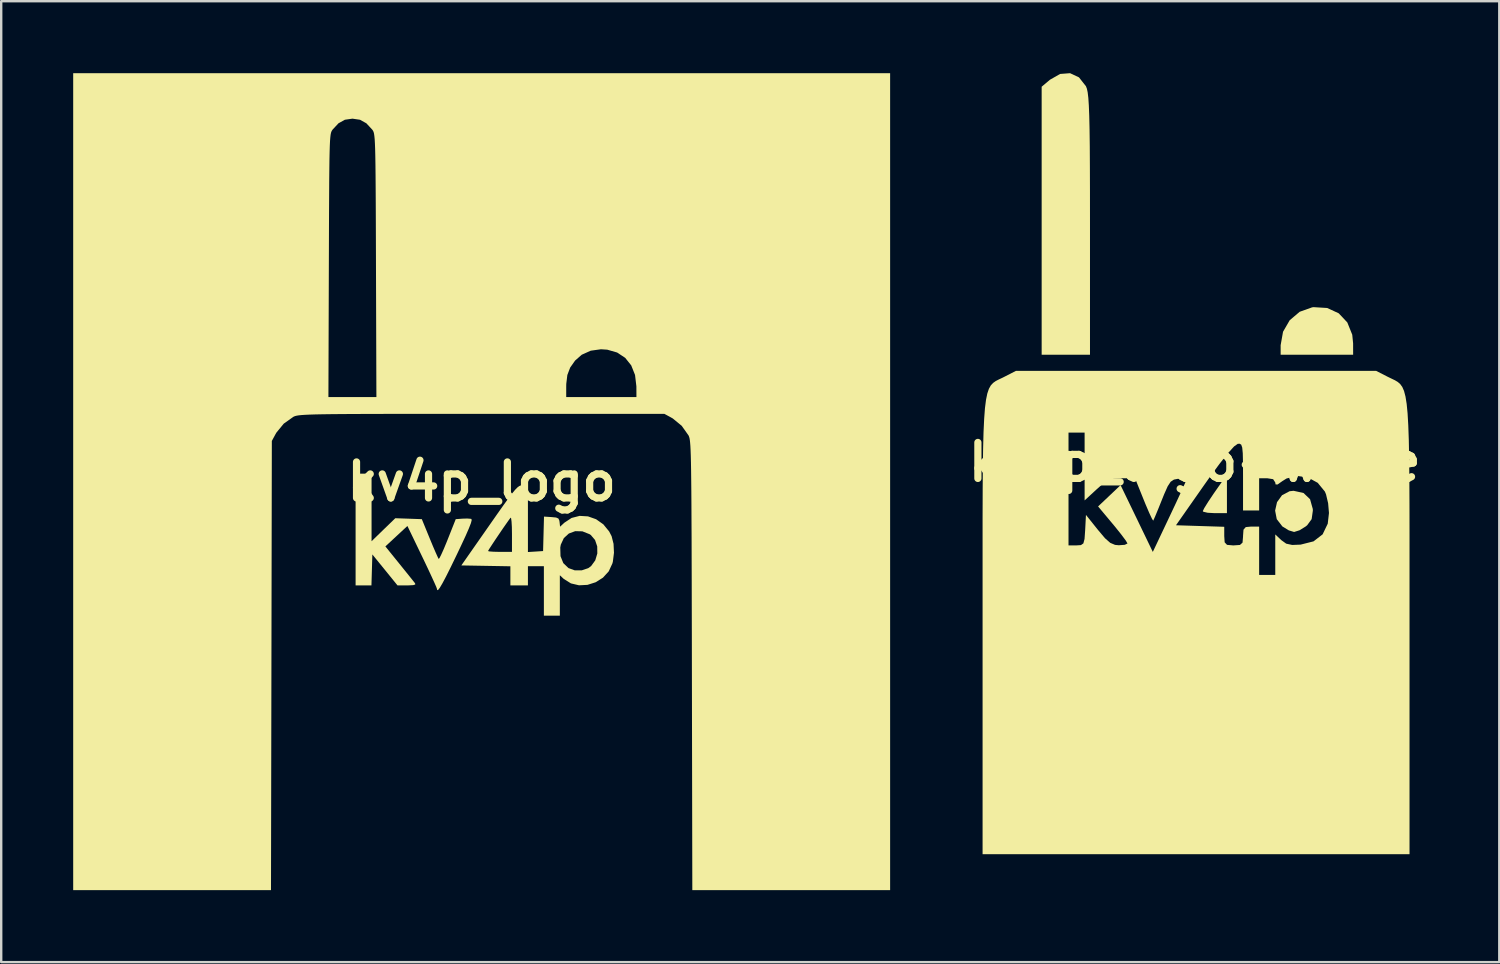
<source format=kicad_pcb>
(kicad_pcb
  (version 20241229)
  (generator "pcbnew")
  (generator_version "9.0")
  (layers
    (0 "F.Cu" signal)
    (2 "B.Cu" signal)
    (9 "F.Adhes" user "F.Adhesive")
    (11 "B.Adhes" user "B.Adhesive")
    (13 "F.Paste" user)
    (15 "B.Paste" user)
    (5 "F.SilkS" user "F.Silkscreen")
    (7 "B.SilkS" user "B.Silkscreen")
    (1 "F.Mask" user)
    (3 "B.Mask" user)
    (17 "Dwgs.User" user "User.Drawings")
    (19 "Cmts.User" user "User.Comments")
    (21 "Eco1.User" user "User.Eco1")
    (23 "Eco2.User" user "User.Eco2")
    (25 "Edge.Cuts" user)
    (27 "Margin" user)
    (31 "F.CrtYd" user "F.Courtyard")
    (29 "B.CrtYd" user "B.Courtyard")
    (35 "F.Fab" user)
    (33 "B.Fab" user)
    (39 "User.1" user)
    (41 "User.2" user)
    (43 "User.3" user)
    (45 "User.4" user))
  (footprint "kv4p_logo"
    (layer "F.Cu")
    (at 17.022 17.022)
    (property "Reference" "kv4p_logo" (at 0 0 0) (layer "F.SilkS") (effects (font (size 1.5 1.5) (thickness 0.3))))
    (attr board_only exclude_from_pos_files exclude_from_bom)
    (fp_poly (pts (xy -4.588 1.075) (xy -4.588 2.483) (xy -4.094 2.003) (xy -3.599 1.524) (xy -3.046 1.543) (xy -2.493 1.563) (xy -2.161 2.374) (xy -2.035 2.678) (xy -1.924 2.936) (xy -1.84 3.123) (xy -1.794 3.216) (xy -1.79 3.221) (xy -1.753 3.177) (xy -1.679 3.029) (xy -1.576 2.8) (xy -1.456 2.51) (xy -1.416 2.41) (xy -1.08 1.563) (xy -0.798 1.542) (xy -0.601 1.536) (xy -0.454 1.548) (xy -0.428 1.555) (xy -0.415 1.604) (xy -0.448 1.73) (xy -0.53 1.942) (xy -0.664 2.249) (xy -0.854 2.658) (xy -1.035 3.039) (xy -1.283 3.551) (xy -1.482 3.949) (xy -1.635 4.237) (xy -1.745 4.424) (xy -1.817 4.516) (xy -1.854 4.518) (xy -1.862 4.469) (xy -1.889 4.393) (xy -1.967 4.215) (xy -2.086 3.955) (xy -2.237 3.631) (xy -2.413 3.261) (xy -2.478 3.126) (xy -3.094 1.847) (xy -3.553 2.273) (xy -4.012 2.699) (xy -3.423 3.428) (xy -3.206 3.697) (xy -3.015 3.934) (xy -2.869 4.117) (xy -2.784 4.224) (xy -2.773 4.239) (xy -2.767 4.286) (xy -2.851 4.312) (xy -3.044 4.322) (xy -3.109 4.322) (xy -3.508 4.322) (xy -4.031 3.677) (xy -4.555 3.033) (xy -4.574 3.677) (xy -4.593 4.322) (xy -4.923 4.322) (xy -5.253 4.322) (xy -5.253 1.995) (xy -5.253 -0.332) (xy -4.92 -0.332) (xy -4.588 -0.332)) (stroke (width 0) (type solid)) (fill yes) (layer "F.SilkS"))
    (fp_poly (pts (xy 1.928 1.529) (xy 1.928 2.933) (xy 2.244 2.913) (xy 2.56 2.892) (xy 2.564 2.744) (xy 3.276 2.744) (xy 3.286 3.106) (xy 3.403 3.395) (xy 3.619 3.602) (xy 3.88 3.696) (xy 4.171 3.696) (xy 4.441 3.605) (xy 4.56 3.519) (xy 4.735 3.278) (xy 4.82 2.993) (xy 4.816 2.699) (xy 4.725 2.431) (xy 4.549 2.224) (xy 4.501 2.191) (xy 4.197 2.07) (xy 3.899 2.063) (xy 3.634 2.161) (xy 3.425 2.352) (xy 3.298 2.625) (xy 3.276 2.744) (xy 2.564 2.744) (xy 2.579 2.174) (xy 2.598 1.456) (xy 2.911 1.476) (xy 3.103 1.495) (xy 3.199 1.537) (xy 3.238 1.625) (xy 3.247 1.686) (xy 3.268 1.877) (xy 3.446 1.711) (xy 3.748 1.512) (xy 4.084 1.426) (xy 4.432 1.447) (xy 4.769 1.566) (xy 5.071 1.779) (xy 5.315 2.078) (xy 5.416 2.275) (xy 5.496 2.59) (xy 5.514 2.963) (xy 5.468 3.333) (xy 5.449 3.406) (xy 5.296 3.737) (xy 5.055 4.001) (xy 4.751 4.192) (xy 4.41 4.301) (xy 4.058 4.319) (xy 3.72 4.24) (xy 3.423 4.054) (xy 3.408 4.04) (xy 3.258 3.9) (xy 3.258 4.743) (xy 3.258 5.585) (xy 2.926 5.585) (xy 2.593 5.585) (xy 2.593 4.555) (xy 2.593 3.524) (xy 2.261 3.524) (xy 1.928 3.524) (xy 1.928 3.923) (xy 1.928 4.322) (xy 1.563 4.322) (xy 1.197 4.322) (xy 1.197 3.925) (xy 1.197 3.527) (xy 0.175 3.509) (xy -0.847 3.491) (xy -0.429 2.892) (xy 0.266 2.892) (xy 0.327 2.908) (xy 0.489 2.92) (xy 0.718 2.926) (xy 0.765 2.926) (xy 1.263 2.926) (xy 1.263 2.181) (xy 1.259 1.892) (xy 1.246 1.667) (xy 1.228 1.529) (xy 1.208 1.499) (xy 1.141 1.588) (xy 1.024 1.753) (xy 0.875 1.967) (xy 0.712 2.207) (xy 0.552 2.444) (xy 0.413 2.655) (xy 0.312 2.811) (xy 0.267 2.889) (xy 0.266 2.892) (xy -0.429 2.892) (xy 0.314 1.829) (xy 0.643 1.358) (xy 0.906 0.985) (xy 1.113 0.699) (xy 1.272 0.487) (xy 1.395 0.339) (xy 1.489 0.242) (xy 1.565 0.185) (xy 1.632 0.157) (xy 1.699 0.146) (xy 1.701 0.146) (xy 1.928 0.125)) (stroke (width 0) (type solid)) (fill yes) (layer "F.SilkS"))
    (fp_poly (pts (xy 17.022 0) (xy 17.022 17.022) (xy 12.9 17.022) (xy 8.779 17.022) (xy 8.761 7.663) (xy 8.759 6.36) (xy 8.756 5.184) (xy 8.754 4.127) (xy 8.751 3.183) (xy 8.749 2.346) (xy 8.745 1.609) (xy 8.742 0.965) (xy 8.738 0.407) (xy 8.733 -0.07) (xy 8.728 -0.474) (xy 8.722 -0.812) (xy 8.715 -1.089) (xy 8.707 -1.313) (xy 8.698 -1.49) (xy 8.687 -1.626) (xy 8.676 -1.729) (xy 8.663 -1.806) (xy 8.648 -1.861) (xy 8.632 -1.903) (xy 8.62 -1.928) (xy 8.336 -2.328) (xy 7.965 -2.633) (xy 7.879 -2.682) (xy 7.613 -2.826) (xy 0 -2.826) (xy -1.169 -2.826) (xy -2.213 -2.826) (xy -3.138 -2.825) (xy -3.952 -2.824) (xy -4.663 -2.822) (xy -5.278 -2.82) (xy -5.805 -2.817) (xy -6.25 -2.813) (xy -6.621 -2.808) (xy -6.925 -2.802) (xy -7.171 -2.794) (xy -7.365 -2.785) (xy -7.514 -2.775) (xy -7.627 -2.763) (xy -7.71 -2.749) (xy -7.771 -2.734) (xy -7.817 -2.716) (xy -7.846 -2.702) (xy -8.246 -2.418) (xy -8.551 -2.047) (xy -8.6 -1.962) (xy -8.744 -1.696) (xy -8.761 7.663) (xy -8.779 17.022) (xy -12.9 17.022) (xy -17.022 17.022) (xy -17.022 0) (xy -17.022 -3.524) (xy -6.386 -3.524) (xy -5.386 -3.524) (xy -4.386 -3.524) (xy -4.388 -3.958) (xy 3.524 -3.958) (xy 3.524 -3.524) (xy 4.987 -3.524) (xy 6.45 -3.524) (xy 6.448 -3.973) (xy 6.392 -4.446) (xy 6.233 -4.845) (xy 5.981 -5.16) (xy 5.645 -5.382) (xy 5.234 -5.5) (xy 4.972 -5.517) (xy 4.546 -5.458) (xy 4.172 -5.29) (xy 3.894 -5.046) (xy 3.688 -4.753) (xy 3.571 -4.445) (xy 3.526 -4.074) (xy 3.524 -3.958) (xy -4.388 -3.958) (xy -4.404 -9.005) (xy -4.407 -9.986) (xy -4.41 -10.842) (xy -4.413 -11.583) (xy -4.417 -12.218) (xy -4.421 -12.754) (xy -4.426 -13.201) (xy -4.432 -13.568) (xy -4.439 -13.862) (xy -4.448 -14.094) (xy -4.458 -14.272) (xy -4.471 -14.404) (xy -4.485 -14.499) (xy -4.502 -14.566) (xy -4.522 -14.613) (xy -4.545 -14.65) (xy -4.559 -14.669) (xy -4.804 -14.933) (xy -5.069 -15.081) (xy -5.383 -15.127) (xy -5.386 -15.127) (xy -5.7 -15.082) (xy -5.965 -14.935) (xy -6.211 -14.672) (xy -6.213 -14.669) (xy -6.237 -14.634) (xy -6.259 -14.593) (xy -6.278 -14.538) (xy -6.294 -14.459) (xy -6.307 -14.348) (xy -6.319 -14.196) (xy -6.328 -13.995) (xy -6.336 -13.735) (xy -6.343 -13.409) (xy -6.348 -13.006) (xy -6.353 -12.519) (xy -6.356 -11.939) (xy -6.36 -11.257) (xy -6.363 -10.464) (xy -6.366 -9.551) (xy -6.368 -9.005) (xy -6.386 -3.524) (xy -17.022 -3.524) (xy -17.022 -17.022) (xy 0 -17.022) (xy 17.022 -17.022)) (stroke (width 0) (type solid)) (fill yes) (layer "F.SilkS")))
  (footprint "kv4p_logo-white"
    (layer "F.Cu")
    (at 46.737 16.209)
    (property "Reference" "kv4p_logo-white" (at 0 0 0) (layer "F.SilkS") (effects (font (size 1.5 1.5) (thickness 0.3))))
    (attr board_only exclude_from_pos_files exclude_from_bom)
    (fp_poly (pts (xy 1.343 1.323) (xy 1.343 2.126) (xy 0.839 2.126) (xy 0.539 2.109) (xy 0.36 2.067) (xy 0.337 2.042) (xy 0.397 1.917) (xy 0.557 1.659) (xy 0.783 1.321) (xy 0.84 1.239) (xy 1.343 0.52)) (stroke (width 0) (type solid)) (fill yes) (layer "F.SilkS"))
    (fp_poly (pts (xy 5.523 -6.424) (xy 6.002 -6.202) (xy 6.36 -5.821) (xy 6.565 -5.311) (xy 6.601 -4.951) (xy 6.602 -4.476) (xy 5.091 -4.476) (xy 3.581 -4.476) (xy 3.581 -4.873) (xy 3.681 -5.434) (xy 3.958 -5.913) (xy 4.374 -6.266) (xy 4.892 -6.451) (xy 4.954 -6.459)) (stroke (width 0) (type solid)) (fill yes) (layer "F.SilkS"))
    (fp_poly (pts (xy 4.534 1.285) (xy 4.807 1.545) (xy 4.921 1.952) (xy 4.923 2.023) (xy 4.873 2.375) (xy 4.689 2.627) (xy 4.629 2.677) (xy 4.368 2.839) (xy 4.145 2.909) (xy 4.14 2.909) (xy 3.921 2.843) (xy 3.659 2.683) (xy 3.652 2.677) (xy 3.419 2.376) (xy 3.351 2.02) (xy 3.43 1.668) (xy 3.638 1.379) (xy 3.954 1.212) (xy 4.121 1.194)) (stroke (width 0) (type solid)) (fill yes) (layer "F.SilkS"))
    (fp_poly (pts (xy -4.823 -16.035) (xy -4.533 -15.667) (xy -4.493 -15.564) (xy -4.46 -15.408) (xy -4.433 -15.18) (xy -4.412 -14.861) (xy -4.395 -14.432) (xy -4.382 -13.875) (xy -4.373 -13.171) (xy -4.368 -12.301) (xy -4.365 -11.245) (xy -4.364 -9.986) (xy -4.364 -9.908) (xy -4.364 -4.476) (xy -5.371 -4.476) (xy -6.378 -4.476) (xy -6.378 -10.061) (xy -6.378 -15.645) (xy -6.034 -15.935) (xy -5.61 -16.177) (xy -5.194 -16.209)) (stroke (width 0) (type solid)) (fill yes) (layer "F.SilkS"))
    (fp_poly (pts (xy 8.052 -3.553) (xy 8.207 -3.478) (xy 8.344 -3.412) (xy 8.462 -3.342) (xy 8.564 -3.253) (xy 8.651 -3.132) (xy 8.724 -2.963) (xy 8.784 -2.733) (xy 8.833 -2.427) (xy 8.871 -2.032) (xy 8.9 -1.534) (xy 8.922 -0.917) (xy 8.936 -0.169) (xy 8.945 0.726) (xy 8.95 1.781) (xy 8.952 3.01) (xy 8.952 4.428) (xy 8.952 6.049) (xy 8.952 6.908) (xy 8.952 16.337) (xy 0.056 16.337) (xy -8.84 16.337) (xy -8.84 6.908) (xy -8.84 5.184) (xy -8.84 3.67) (xy -8.84 2.351) (xy -8.836 1.214) (xy -8.836 1.119) (xy -5.259 1.119) (xy -5.259 3.469) (xy -4.929 3.469) (xy -4.742 3.457) (xy -4.64 3.386) (xy -4.591 3.202) (xy -4.566 2.85) (xy -4.565 2.833) (xy -4.532 2.198) (xy -4.028 2.828) (xy -3.739 3.17) (xy -3.52 3.363) (xy -3.319 3.448) (xy -3.161 3.463) (xy -2.915 3.445) (xy -2.804 3.391) (xy -2.803 3.385) (xy -2.873 3.266) (xy -3.055 3.022) (xy -3.313 2.699) (xy -3.417 2.574) (xy -4.026 1.846) (xy -3.557 1.402) (xy -3.089 0.958) (xy -2.417 2.349) (xy -1.746 3.741) (xy -1.22 2.63) (xy -0.78 2.63) (xy 0.225 2.662) (xy 1.231 2.694) (xy 1.231 3.081) (xy 1.248 3.341) (xy 1.347 3.447) (xy 1.595 3.469) (xy 1.622 3.469) (xy 1.885 3.451) (xy 1.993 3.354) (xy 2.014 3.107) (xy 2.014 3.077) (xy 2.033 2.814) (xy 2.128 2.706) (xy 2.35 2.685) (xy 2.685 2.685) (xy 2.685 3.693) (xy 2.685 4.7) (xy 3.021 4.7) (xy 3.357 4.7) (xy 3.357 3.856) (xy 3.357 3.012) (xy 3.609 3.25) (xy 3.813 3.397) (xy 4.063 3.451) (xy 4.413 3.437) (xy 4.952 3.301) (xy 5.33 3.009) (xy 5.544 2.565) (xy 5.595 2.119) (xy 5.56 1.713) (xy 5.473 1.343) (xy 5.425 1.227) (xy 5.127 0.862) (xy 4.719 0.639) (xy 4.265 0.573) (xy 3.828 0.681) (xy 3.652 0.791) (xy 3.451 0.932) (xy 3.369 0.927) (xy 3.357 0.847) (xy 3.268 0.71) (xy 3.021 0.671) (xy 2.685 0.671) (xy 2.685 1.343) (xy 2.685 2.014) (xy 2.35 2.014) (xy 2.014 2.014) (xy 2.014 0.608) (xy 2.012 0.026) (xy 2.003 -0.367) (xy 1.98 -0.607) (xy 1.938 -0.729) (xy 1.872 -0.768) (xy 1.793 -0.763) (xy 1.641 -0.655) (xy 1.383 -0.37) (xy 1.029 0.077) (xy 0.592 0.674) (xy 0.396 0.951) (xy -0.78 2.63) (xy -1.22 2.63) (xy -1.041 2.252) (xy -0.792 1.724) (xy -0.582 1.271) (xy -0.428 0.93) (xy -0.345 0.738) (xy -0.336 0.71) (xy -0.433 0.683) (xy -0.668 0.691) (xy -0.685 0.692) (xy -0.866 0.727) (xy -1.002 0.817) (xy -1.127 1.008) (xy -1.276 1.343) (xy -1.366 1.567) (xy -1.524 1.96) (xy -1.65 2.264) (xy -1.722 2.425) (xy -1.73 2.438) (xy -1.782 2.357) (xy -1.896 2.113) (xy -2.051 1.751) (xy -2.124 1.571) (xy -2.487 0.671) (xy -3.036 0.671) (xy -3.371 0.69) (xy -3.625 0.771) (xy -3.885 0.954) (xy -4.087 1.133) (xy -4.588 1.595) (xy -4.588 0.182) (xy -4.588 -1.231) (xy -4.923 -1.231) (xy -5.259 -1.231) (xy -5.259 1.119) (xy -8.836 1.119) (xy -8.829 0.244) (xy -8.818 -0.574) (xy -8.8 -1.252) (xy -8.774 -1.806) (xy -8.741 -2.249) (xy -8.697 -2.596) (xy -8.643 -2.86) (xy -8.576 -3.057) (xy -8.496 -3.2) (xy -8.401 -3.302) (xy -8.291 -3.38) (xy -8.163 -3.446) (xy -8.018 -3.514) (xy -7.94 -3.553) (xy -7.449 -3.804) (xy 0.056 -3.804) (xy 7.561 -3.804)) (stroke (width 0) (type solid)) (fill yes) (layer "F.SilkS")))
  (gr_rect
    (start -3 -3)
    (end 59.43 37.044)
    (stroke (width 0.1) (type default))
    (fill no)
    (layer "Edge.Cuts")))
</source>
